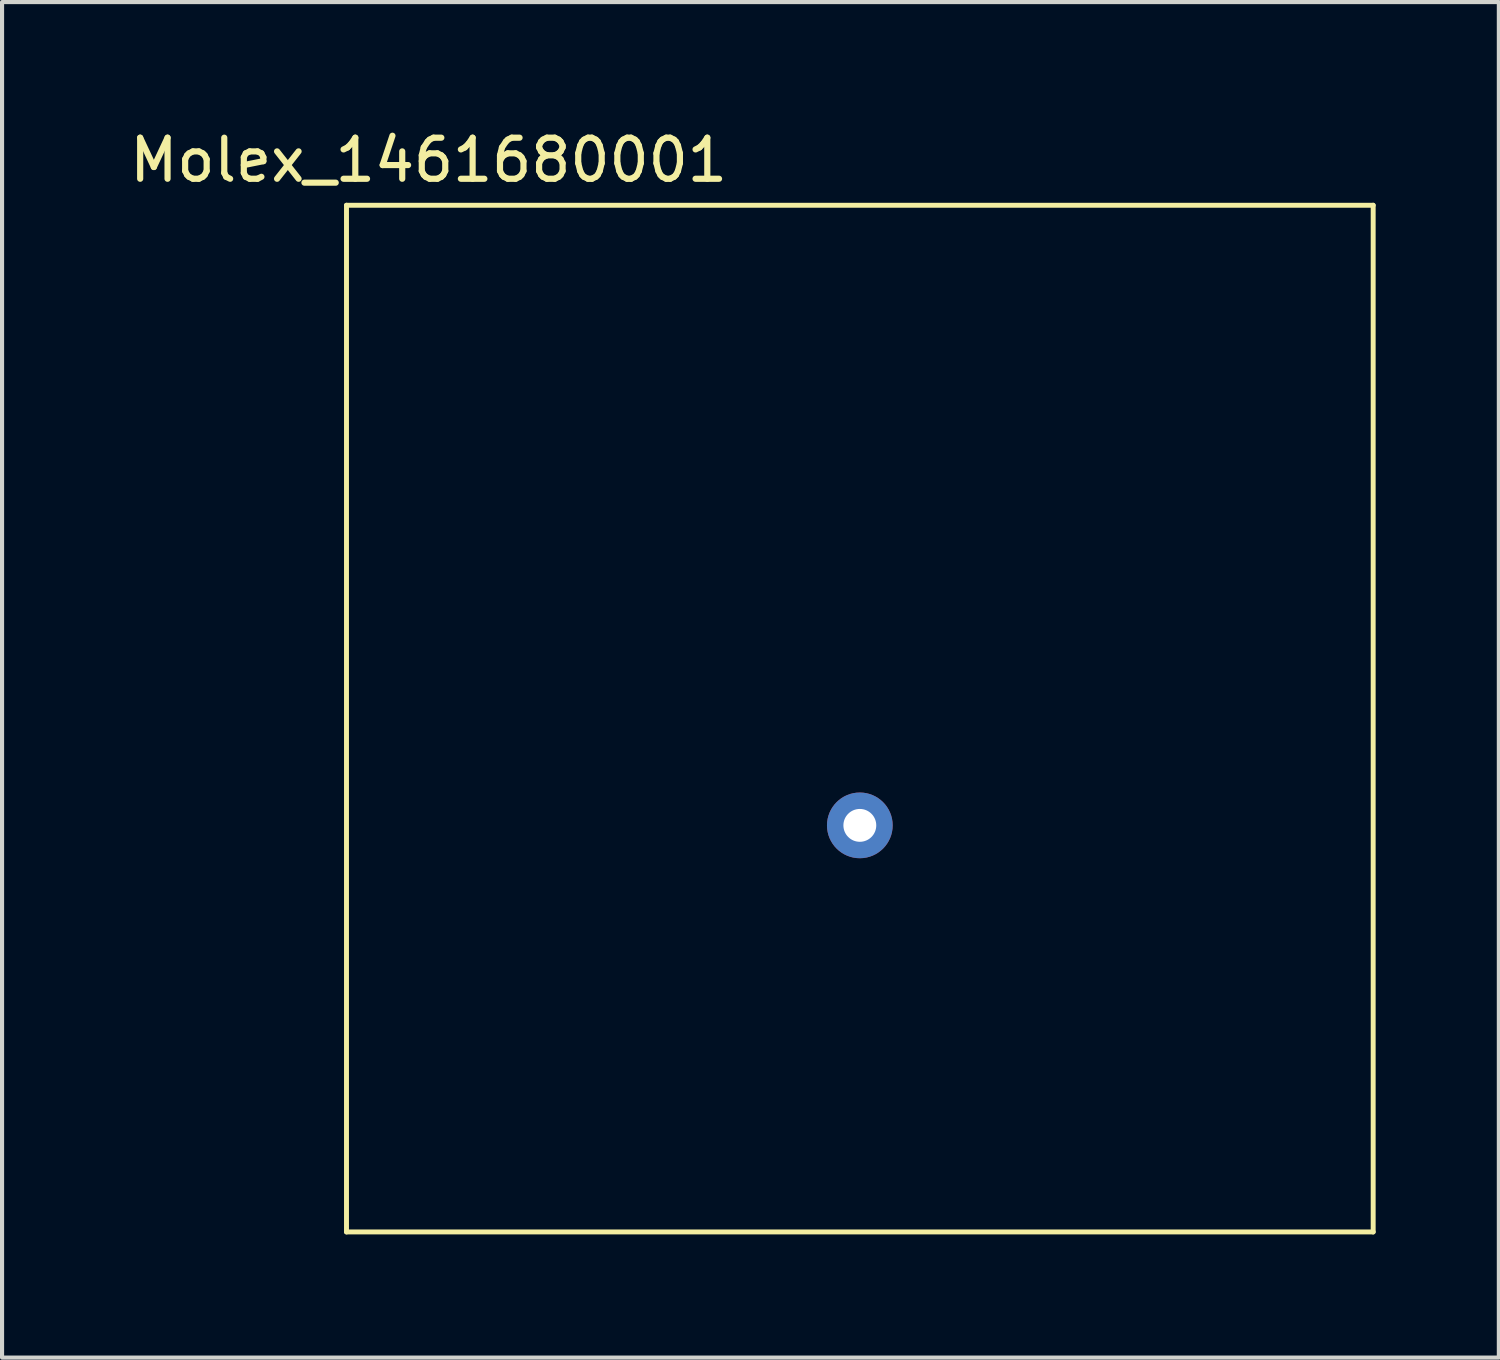
<source format=kicad_pcb>
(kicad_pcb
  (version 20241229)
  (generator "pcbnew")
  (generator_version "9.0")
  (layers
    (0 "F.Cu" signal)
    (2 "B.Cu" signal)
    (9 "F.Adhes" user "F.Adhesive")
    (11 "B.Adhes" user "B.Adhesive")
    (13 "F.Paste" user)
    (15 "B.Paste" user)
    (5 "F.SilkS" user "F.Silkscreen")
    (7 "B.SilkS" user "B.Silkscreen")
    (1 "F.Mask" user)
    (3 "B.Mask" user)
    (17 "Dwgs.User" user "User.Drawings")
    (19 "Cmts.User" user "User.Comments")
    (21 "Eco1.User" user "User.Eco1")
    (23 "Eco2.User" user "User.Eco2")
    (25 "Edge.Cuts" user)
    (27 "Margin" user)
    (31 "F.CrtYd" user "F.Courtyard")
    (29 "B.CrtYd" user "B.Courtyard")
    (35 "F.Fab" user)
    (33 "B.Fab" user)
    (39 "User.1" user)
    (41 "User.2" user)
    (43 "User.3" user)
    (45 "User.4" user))
  (footprint "Molex_1461680001"
    (layer "F.Cu")
    (at 17.887 14.448)
    (property "Reference" "Molex_1461680001" (at -10.5 -13.6 0) (layer "F.SilkS") (effects (font (size 1 1) (thickness 0.15))))
    (attr through_hole)
    (fp_line (start -12.5 12.5) (end -12.5 -12.5) (stroke (width 0.12) (type solid)) (layer "F.SilkS"))
    (fp_line (start 12.5 -12.5) (end -12.5 -12.5) (stroke (width 0.12) (type solid)) (layer "F.SilkS"))
    (fp_line (start 12.5 12.5) (end -12.5 12.5) (stroke (width 0.12) (type solid)) (layer "F.SilkS"))
    (fp_line (start 12.5 12.5) (end 12.5 -12.5) (stroke (width 0.12) (type solid)) (layer "F.SilkS"))
    (pad "1" thru_hole circle (at 0 2.6) (size 1.6 1.6) (drill 0.8) (layers "*.Cu" "*.Mask")))
  (gr_rect
    (start -3 -3)
    (end 33.447 30.008)
    (stroke (width 0.1) (type default))
    (fill no)
    (layer "Edge.Cuts")))
</source>
